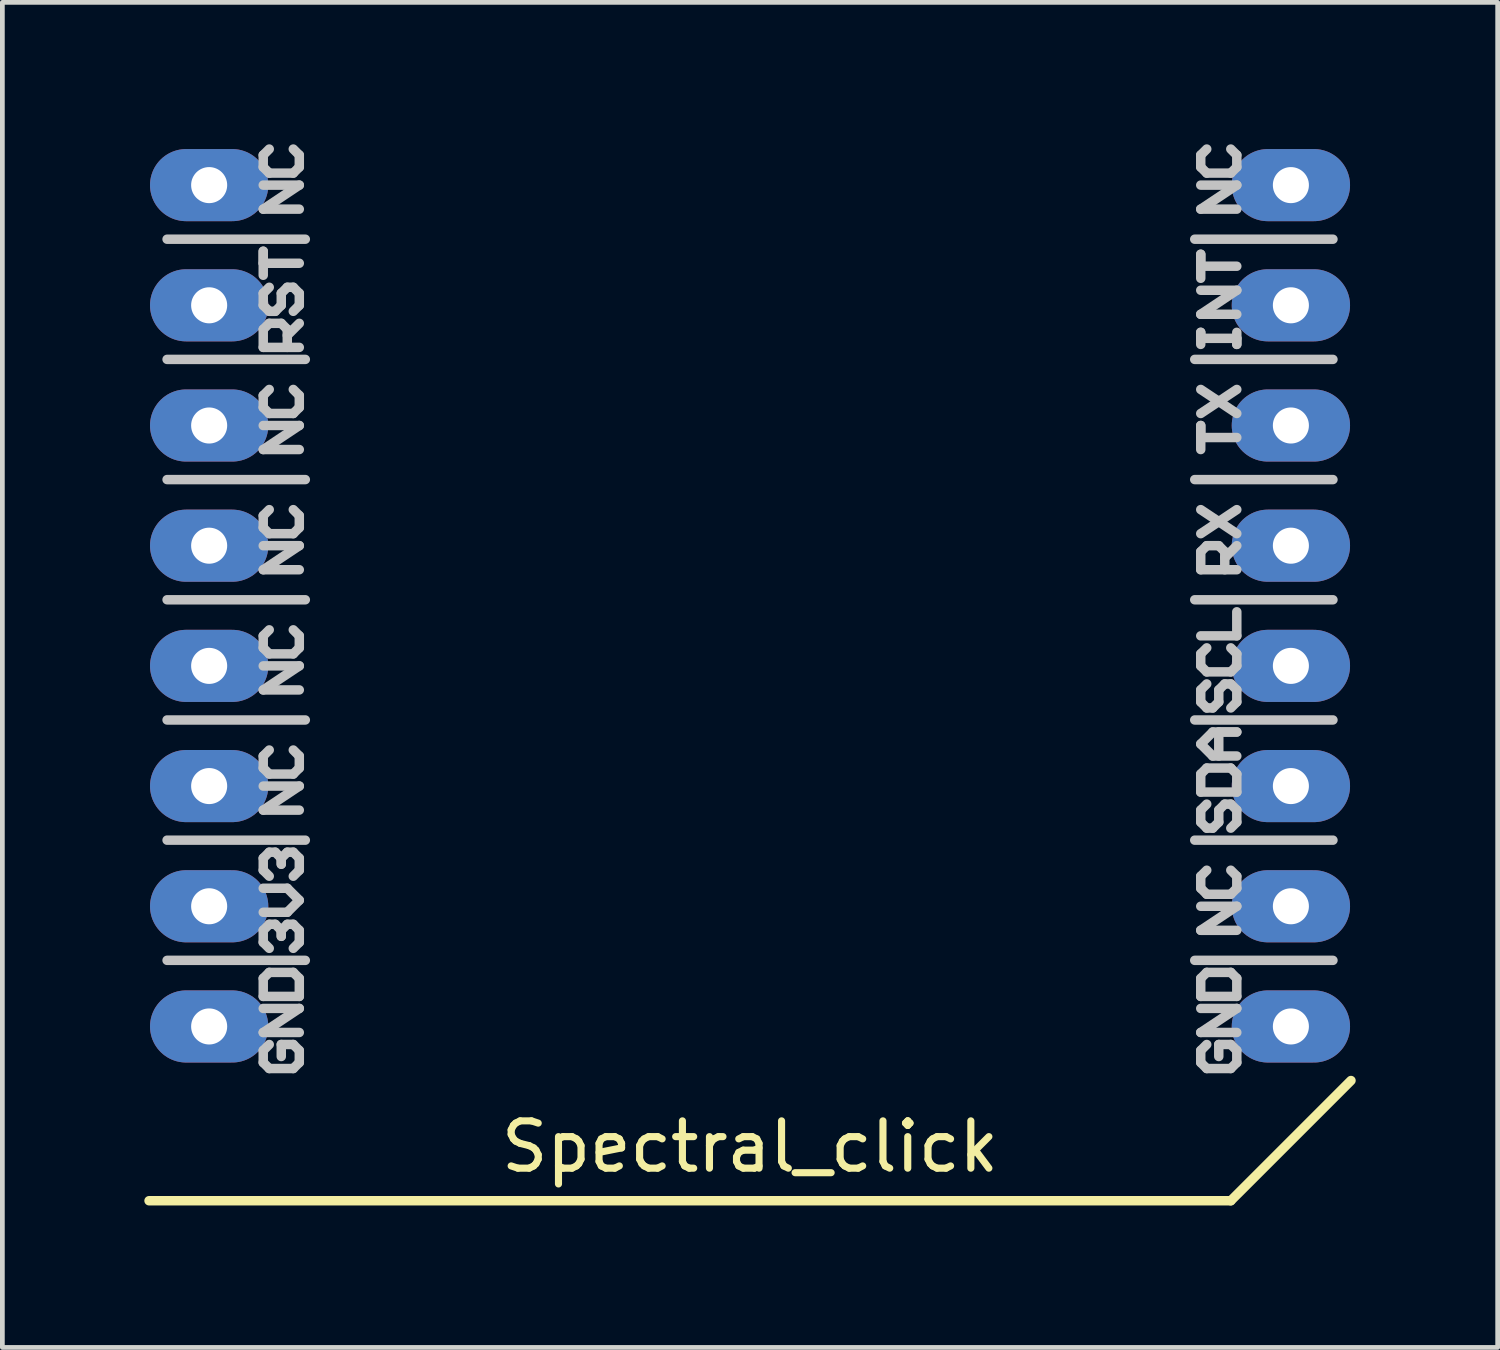
<source format=kicad_pcb>
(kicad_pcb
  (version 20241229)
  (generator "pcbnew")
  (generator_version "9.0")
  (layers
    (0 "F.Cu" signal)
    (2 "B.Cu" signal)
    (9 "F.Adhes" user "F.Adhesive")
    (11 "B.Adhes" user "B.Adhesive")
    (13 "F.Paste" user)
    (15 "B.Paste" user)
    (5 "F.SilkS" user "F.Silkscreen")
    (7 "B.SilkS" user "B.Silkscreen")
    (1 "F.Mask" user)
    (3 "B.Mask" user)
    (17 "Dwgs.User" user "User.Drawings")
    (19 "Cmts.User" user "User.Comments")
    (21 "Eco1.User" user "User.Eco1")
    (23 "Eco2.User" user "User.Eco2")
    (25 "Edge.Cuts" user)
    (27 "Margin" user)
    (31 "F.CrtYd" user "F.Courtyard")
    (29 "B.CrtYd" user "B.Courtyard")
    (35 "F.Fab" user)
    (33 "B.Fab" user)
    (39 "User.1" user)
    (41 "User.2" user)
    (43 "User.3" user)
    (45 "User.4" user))
  (footprint "Spectral_click"
    (layer "F.Cu")
    (at 12.8 9.752)
    (property "Reference" "Spectral_click" (at 0 11.43 0) (layer "F.SilkS") (effects (font (size 1 1) (thickness 0.15))))
    (attr through_hole)
    (fp_line (start -12.7 12.573) (end 10.16 12.573) (stroke (width 0.2) (type solid)) (layer "F.SilkS"))
    (fp_line (start 10.16 12.573) (end 12.7 10.033) (stroke (width 0.2) (type solid)) (layer "F.SilkS"))
    (fp_line (start -12.319 -7.747) (end -9.398 -7.747) (stroke (width 0.2) (type solid)) (layer "Dwgs.User"))
    (fp_line (start -12.319 -5.207) (end -9.398 -5.207) (stroke (width 0.2) (type solid)) (layer "Dwgs.User"))
    (fp_line (start -12.319 -2.667) (end -9.398 -2.667) (stroke (width 0.2) (type solid)) (layer "Dwgs.User"))
    (fp_line (start -12.319 -0.127) (end -9.398 -0.127) (stroke (width 0.2) (type solid)) (layer "Dwgs.User"))
    (fp_line (start -12.319 2.413) (end -9.398 2.413) (stroke (width 0.2) (type solid)) (layer "Dwgs.User"))
    (fp_line (start -12.319 4.953) (end -9.398 4.953) (stroke (width 0.2) (type solid)) (layer "Dwgs.User"))
    (fp_line (start -12.319 7.493) (end -9.398 7.493) (stroke (width 0.2) (type solid)) (layer "Dwgs.User"))
    (fp_line (start -10.287 -9.525) (end -10.287 -9.271) (stroke (width 0.2) (type solid)) (layer "Dwgs.User"))
    (fp_line (start -10.287 -9.271) (end -10.16 -9.144) (stroke (width 0.2) (type solid)) (layer "Dwgs.User"))
    (fp_line (start -10.287 -8.382) (end -9.525 -8.89) (stroke (width 0.2) (type solid)) (layer "Dwgs.User"))
    (fp_line (start -10.287 -7.493) (end -10.287 -7.239) (stroke (width 0.2) (type solid)) (layer "Dwgs.User"))
    (fp_line (start -10.287 -7.239) (end -9.525 -7.239) (stroke (width 0.2) (type solid)) (layer "Dwgs.User"))
    (fp_line (start -10.287 -6.985) (end -10.287 -7.493) (stroke (width 0.2) (type solid)) (layer "Dwgs.User"))
    (fp_line (start -10.287 -6.604) (end -10.287 -6.35) (stroke (width 0.2) (type solid)) (layer "Dwgs.User"))
    (fp_line (start -10.287 -6.35) (end -10.16 -6.223) (stroke (width 0.2) (type solid)) (layer "Dwgs.User"))
    (fp_line (start -10.287 -5.842) (end -10.16 -5.969) (stroke (width 0.2) (type solid)) (layer "Dwgs.User"))
    (fp_line (start -10.287 -5.461) (end -10.287 -5.842) (stroke (width 0.2) (type solid)) (layer "Dwgs.User"))
    (fp_line (start -10.287 -4.445) (end -10.287 -4.191) (stroke (width 0.2) (type solid)) (layer "Dwgs.User"))
    (fp_line (start -10.287 -4.191) (end -10.16 -4.064) (stroke (width 0.2) (type solid)) (layer "Dwgs.User"))
    (fp_line (start -10.287 -3.302) (end -9.525 -3.81) (stroke (width 0.2) (type solid)) (layer "Dwgs.User"))
    (fp_line (start -10.287 -1.905) (end -10.287 -1.651) (stroke (width 0.2) (type solid)) (layer "Dwgs.User"))
    (fp_line (start -10.287 -1.651) (end -10.16 -1.524) (stroke (width 0.2) (type solid)) (layer "Dwgs.User"))
    (fp_line (start -10.287 -0.762) (end -9.525 -1.27) (stroke (width 0.2) (type solid)) (layer "Dwgs.User"))
    (fp_line (start -10.287 0.635) (end -10.287 0.889) (stroke (width 0.2) (type solid)) (layer "Dwgs.User"))
    (fp_line (start -10.287 0.889) (end -10.16 1.016) (stroke (width 0.2) (type solid)) (layer "Dwgs.User"))
    (fp_line (start -10.287 1.778) (end -9.525 1.27) (stroke (width 0.2) (type solid)) (layer "Dwgs.User"))
    (fp_line (start -10.287 3.175) (end -10.287 3.429) (stroke (width 0.2) (type solid)) (layer "Dwgs.User"))
    (fp_line (start -10.287 3.429) (end -10.16 3.556) (stroke (width 0.2) (type solid)) (layer "Dwgs.User"))
    (fp_line (start -10.287 4.318) (end -9.525 3.81) (stroke (width 0.2) (type solid)) (layer "Dwgs.User"))
    (fp_line (start -10.287 5.334) (end -10.16 5.207) (stroke (width 0.2) (type solid)) (layer "Dwgs.User"))
    (fp_line (start -10.287 5.588) (end -10.287 5.334) (stroke (width 0.2) (type solid)) (layer "Dwgs.User"))
    (fp_line (start -10.287 6.477) (end -9.779 6.477) (stroke (width 0.2) (type solid)) (layer "Dwgs.User"))
    (fp_line (start -10.287 6.858) (end -10.16 6.731) (stroke (width 0.2) (type solid)) (layer "Dwgs.User"))
    (fp_line (start -10.287 7.112) (end -10.287 6.858) (stroke (width 0.2) (type solid)) (layer "Dwgs.User"))
    (fp_line (start -10.287 7.874) (end -10.287 8.255) (stroke (width 0.2) (type solid)) (layer "Dwgs.User"))
    (fp_line (start -10.287 8.255) (end -9.525 8.255) (stroke (width 0.2) (type solid)) (layer "Dwgs.User"))
    (fp_line (start -10.287 9.017) (end -9.525 8.509) (stroke (width 0.2) (type solid)) (layer "Dwgs.User"))
    (fp_line (start -10.287 9.398) (end -10.287 9.652) (stroke (width 0.2) (type solid)) (layer "Dwgs.User"))
    (fp_line (start -10.287 9.652) (end -10.16 9.779) (stroke (width 0.2) (type solid)) (layer "Dwgs.User"))
    (fp_line (start -10.16 -9.652) (end -10.287 -9.525) (stroke (width 0.2) (type solid)) (layer "Dwgs.User"))
    (fp_line (start -10.16 -9.144) (end -9.652 -9.144) (stroke (width 0.2) (type solid)) (layer "Dwgs.User"))
    (fp_line (start -10.16 -6.731) (end -10.287 -6.604) (stroke (width 0.2) (type solid)) (layer "Dwgs.User"))
    (fp_line (start -10.16 -6.223) (end -10.033 -6.223) (stroke (width 0.2) (type solid)) (layer "Dwgs.User"))
    (fp_line (start -10.16 -5.969) (end -9.906 -5.969) (stroke (width 0.2) (type solid)) (layer "Dwgs.User"))
    (fp_line (start -10.16 -4.572) (end -10.287 -4.445) (stroke (width 0.2) (type solid)) (layer "Dwgs.User"))
    (fp_line (start -10.16 -4.064) (end -9.652 -4.064) (stroke (width 0.2) (type solid)) (layer "Dwgs.User"))
    (fp_line (start -10.16 -2.032) (end -10.287 -1.905) (stroke (width 0.2) (type solid)) (layer "Dwgs.User"))
    (fp_line (start -10.16 -1.524) (end -9.652 -1.524) (stroke (width 0.2) (type solid)) (layer "Dwgs.User"))
    (fp_line (start -10.16 0.508) (end -10.287 0.635) (stroke (width 0.2) (type solid)) (layer "Dwgs.User"))
    (fp_line (start -10.16 1.016) (end -9.652 1.016) (stroke (width 0.2) (type solid)) (layer "Dwgs.User"))
    (fp_line (start -10.16 3.048) (end -10.287 3.175) (stroke (width 0.2) (type solid)) (layer "Dwgs.User"))
    (fp_line (start -10.16 3.556) (end -9.652 3.556) (stroke (width 0.2) (type solid)) (layer "Dwgs.User"))
    (fp_line (start -10.16 5.207) (end -10.033 5.207) (stroke (width 0.2) (type solid)) (layer "Dwgs.User"))
    (fp_line (start -10.16 5.715) (end -10.287 5.588) (stroke (width 0.2) (type solid)) (layer "Dwgs.User"))
    (fp_line (start -10.16 6.731) (end -10.033 6.731) (stroke (width 0.2) (type solid)) (layer "Dwgs.User"))
    (fp_line (start -10.16 7.239) (end -10.287 7.112) (stroke (width 0.2) (type solid)) (layer "Dwgs.User"))
    (fp_line (start -10.16 7.747) (end -10.287 7.874) (stroke (width 0.2) (type solid)) (layer "Dwgs.User"))
    (fp_line (start -10.16 9.271) (end -10.287 9.398) (stroke (width 0.2) (type solid)) (layer "Dwgs.User"))
    (fp_line (start -10.16 9.779) (end -9.652 9.779) (stroke (width 0.2) (type solid)) (layer "Dwgs.User"))
    (fp_line (start -10.033 -6.223) (end -9.906 -6.35) (stroke (width 0.2) (type solid)) (layer "Dwgs.User"))
    (fp_line (start -10.033 5.207) (end -9.906 5.334) (stroke (width 0.2) (type solid)) (layer "Dwgs.User"))
    (fp_line (start -10.033 6.731) (end -9.906 6.858) (stroke (width 0.2) (type solid)) (layer "Dwgs.User"))
    (fp_line (start -9.906 -6.604) (end -9.779 -6.731) (stroke (width 0.2) (type solid)) (layer "Dwgs.User"))
    (fp_line (start -9.906 -6.35) (end -9.906 -6.604) (stroke (width 0.2) (type solid)) (layer "Dwgs.User"))
    (fp_line (start -9.906 -5.969) (end -9.779 -5.842) (stroke (width 0.2) (type solid)) (layer "Dwgs.User"))
    (fp_line (start -9.906 5.334) (end -9.906 5.461) (stroke (width 0.2) (type solid)) (layer "Dwgs.User"))
    (fp_line (start -9.906 5.334) (end -9.779 5.207) (stroke (width 0.2) (type solid)) (layer "Dwgs.User"))
    (fp_line (start -9.906 5.461) (end -9.906 5.334) (stroke (width 0.2) (type solid)) (layer "Dwgs.User"))
    (fp_line (start -9.906 6.858) (end -9.906 6.985) (stroke (width 0.2) (type solid)) (layer "Dwgs.User"))
    (fp_line (start -9.906 6.858) (end -9.779 6.731) (stroke (width 0.2) (type solid)) (layer "Dwgs.User"))
    (fp_line (start -9.906 6.985) (end -9.906 6.858) (stroke (width 0.2) (type solid)) (layer "Dwgs.User"))
    (fp_line (start -9.906 9.271) (end -9.906 9.525) (stroke (width 0.2) (type solid)) (layer "Dwgs.User"))
    (fp_line (start -9.779 -6.731) (end -9.652 -6.731) (stroke (width 0.2) (type solid)) (layer "Dwgs.User"))
    (fp_line (start -9.779 -5.842) (end -9.779 -5.461) (stroke (width 0.2) (type solid)) (layer "Dwgs.User"))
    (fp_line (start -9.779 -5.715) (end -9.525 -5.969) (stroke (width 0.2) (type solid)) (layer "Dwgs.User"))
    (fp_line (start -9.779 5.207) (end -9.652 5.207) (stroke (width 0.2) (type solid)) (layer "Dwgs.User"))
    (fp_line (start -9.779 5.969) (end -10.287 5.969) (stroke (width 0.2) (type solid)) (layer "Dwgs.User"))
    (fp_line (start -9.779 6.477) (end -9.525 6.223) (stroke (width 0.2) (type solid)) (layer "Dwgs.User"))
    (fp_line (start -9.779 6.731) (end -9.652 6.731) (stroke (width 0.2) (type solid)) (layer "Dwgs.User"))
    (fp_line (start -9.652 -9.144) (end -9.525 -9.271) (stroke (width 0.2) (type solid)) (layer "Dwgs.User"))
    (fp_line (start -9.652 -6.731) (end -9.525 -6.604) (stroke (width 0.2) (type solid)) (layer "Dwgs.User"))
    (fp_line (start -9.652 -4.064) (end -9.525 -4.191) (stroke (width 0.2) (type solid)) (layer "Dwgs.User"))
    (fp_line (start -9.652 -1.524) (end -9.525 -1.651) (stroke (width 0.2) (type solid)) (layer "Dwgs.User"))
    (fp_line (start -9.652 1.016) (end -9.525 0.889) (stroke (width 0.2) (type solid)) (layer "Dwgs.User"))
    (fp_line (start -9.652 3.556) (end -9.525 3.429) (stroke (width 0.2) (type solid)) (layer "Dwgs.User"))
    (fp_line (start -9.652 5.207) (end -9.525 5.334) (stroke (width 0.2) (type solid)) (layer "Dwgs.User"))
    (fp_line (start -9.652 6.731) (end -9.525 6.858) (stroke (width 0.2) (type solid)) (layer "Dwgs.User"))
    (fp_line (start -9.652 7.747) (end -10.16 7.747) (stroke (width 0.2) (type solid)) (layer "Dwgs.User"))
    (fp_line (start -9.652 9.271) (end -9.906 9.271) (stroke (width 0.2) (type solid)) (layer "Dwgs.User"))
    (fp_line (start -9.652 9.779) (end -9.525 9.652) (stroke (width 0.2) (type solid)) (layer "Dwgs.User"))
    (fp_line (start -9.525 -9.525) (end -9.652 -9.652) (stroke (width 0.2) (type solid)) (layer "Dwgs.User"))
    (fp_line (start -9.525 -9.271) (end -9.525 -9.525) (stroke (width 0.2) (type solid)) (layer "Dwgs.User"))
    (fp_line (start -9.525 -8.89) (end -10.287 -8.89) (stroke (width 0.2) (type solid)) (layer "Dwgs.User"))
    (fp_line (start -9.525 -8.382) (end -10.287 -8.382) (stroke (width 0.2) (type solid)) (layer "Dwgs.User"))
    (fp_line (start -9.525 -6.604) (end -9.525 -6.35) (stroke (width 0.2) (type solid)) (layer "Dwgs.User"))
    (fp_line (start -9.525 -6.35) (end -9.652 -6.223) (stroke (width 0.2) (type solid)) (layer "Dwgs.User"))
    (fp_line (start -9.525 -5.461) (end -10.287 -5.461) (stroke (width 0.2) (type solid)) (layer "Dwgs.User"))
    (fp_line (start -9.525 -4.445) (end -9.652 -4.572) (stroke (width 0.2) (type solid)) (layer "Dwgs.User"))
    (fp_line (start -9.525 -4.191) (end -9.525 -4.445) (stroke (width 0.2) (type solid)) (layer "Dwgs.User"))
    (fp_line (start -9.525 -3.81) (end -10.287 -3.81) (stroke (width 0.2) (type solid)) (layer "Dwgs.User"))
    (fp_line (start -9.525 -3.302) (end -10.287 -3.302) (stroke (width 0.2) (type solid)) (layer "Dwgs.User"))
    (fp_line (start -9.525 -1.905) (end -9.652 -2.032) (stroke (width 0.2) (type solid)) (layer "Dwgs.User"))
    (fp_line (start -9.525 -1.651) (end -9.525 -1.905) (stroke (width 0.2) (type solid)) (layer "Dwgs.User"))
    (fp_line (start -9.525 -1.27) (end -10.287 -1.27) (stroke (width 0.2) (type solid)) (layer "Dwgs.User"))
    (fp_line (start -9.525 -0.762) (end -10.287 -0.762) (stroke (width 0.2) (type solid)) (layer "Dwgs.User"))
    (fp_line (start -9.525 0.635) (end -9.652 0.508) (stroke (width 0.2) (type solid)) (layer "Dwgs.User"))
    (fp_line (start -9.525 0.889) (end -9.525 0.635) (stroke (width 0.2) (type solid)) (layer "Dwgs.User"))
    (fp_line (start -9.525 1.27) (end -10.287 1.27) (stroke (width 0.2) (type solid)) (layer "Dwgs.User"))
    (fp_line (start -9.525 1.778) (end -10.287 1.778) (stroke (width 0.2) (type solid)) (layer "Dwgs.User"))
    (fp_line (start -9.525 3.175) (end -9.652 3.048) (stroke (width 0.2) (type solid)) (layer "Dwgs.User"))
    (fp_line (start -9.525 3.429) (end -9.525 3.175) (stroke (width 0.2) (type solid)) (layer "Dwgs.User"))
    (fp_line (start -9.525 3.81) (end -10.287 3.81) (stroke (width 0.2) (type solid)) (layer "Dwgs.User"))
    (fp_line (start -9.525 4.318) (end -10.287 4.318) (stroke (width 0.2) (type solid)) (layer "Dwgs.User"))
    (fp_line (start -9.525 5.334) (end -9.525 5.588) (stroke (width 0.2) (type solid)) (layer "Dwgs.User"))
    (fp_line (start -9.525 5.588) (end -9.652 5.715) (stroke (width 0.2) (type solid)) (layer "Dwgs.User"))
    (fp_line (start -9.525 6.223) (end -9.779 5.969) (stroke (width 0.2) (type solid)) (layer "Dwgs.User"))
    (fp_line (start -9.525 6.858) (end -9.525 7.112) (stroke (width 0.2) (type solid)) (layer "Dwgs.User"))
    (fp_line (start -9.525 7.112) (end -9.652 7.239) (stroke (width 0.2) (type solid)) (layer "Dwgs.User"))
    (fp_line (start -9.525 7.874) (end -9.652 7.747) (stroke (width 0.2) (type solid)) (layer "Dwgs.User"))
    (fp_line (start -9.525 8.255) (end -9.525 7.874) (stroke (width 0.2) (type solid)) (layer "Dwgs.User"))
    (fp_line (start -9.525 8.509) (end -10.287 8.509) (stroke (width 0.2) (type solid)) (layer "Dwgs.User"))
    (fp_line (start -9.525 9.017) (end -10.287 9.017) (stroke (width 0.2) (type solid)) (layer "Dwgs.User"))
    (fp_line (start -9.525 9.398) (end -9.652 9.271) (stroke (width 0.2) (type solid)) (layer "Dwgs.User"))
    (fp_line (start -9.525 9.652) (end -9.525 9.398) (stroke (width 0.2) (type solid)) (layer "Dwgs.User"))
    (fp_line (start 9.398 -7.747) (end 12.319 -7.747) (stroke (width 0.2) (type solid)) (layer "Dwgs.User"))
    (fp_line (start 9.398 -5.207) (end 12.319 -5.207) (stroke (width 0.2) (type solid)) (layer "Dwgs.User"))
    (fp_line (start 9.398 -2.667) (end 12.319 -2.667) (stroke (width 0.2) (type solid)) (layer "Dwgs.User"))
    (fp_line (start 9.398 -0.127) (end 12.319 -0.127) (stroke (width 0.2) (type solid)) (layer "Dwgs.User"))
    (fp_line (start 9.398 2.413) (end 12.319 2.413) (stroke (width 0.2) (type solid)) (layer "Dwgs.User"))
    (fp_line (start 9.398 4.953) (end 12.319 4.953) (stroke (width 0.2) (type solid)) (layer "Dwgs.User"))
    (fp_line (start 9.398 7.493) (end 12.319 7.493) (stroke (width 0.2) (type solid)) (layer "Dwgs.User"))
    (fp_line (start 9.525 -9.525) (end 9.525 -9.271) (stroke (width 0.2) (type solid)) (layer "Dwgs.User"))
    (fp_line (start 9.525 -9.271) (end 9.652 -9.144) (stroke (width 0.2) (type solid)) (layer "Dwgs.User"))
    (fp_line (start 9.525 -8.382) (end 10.287 -8.89) (stroke (width 0.2) (type solid)) (layer "Dwgs.User"))
    (fp_line (start 9.525 -7.429) (end 9.525 -7.176) (stroke (width 0.2) (type solid)) (layer "Dwgs.User"))
    (fp_line (start 9.525 -7.176) (end 10.287 -7.176) (stroke (width 0.2) (type solid)) (layer "Dwgs.User"))
    (fp_line (start 9.525 -6.921) (end 9.525 -7.429) (stroke (width 0.2) (type solid)) (layer "Dwgs.User"))
    (fp_line (start 9.525 -6.16) (end 10.287 -6.668) (stroke (width 0.2) (type solid)) (layer "Dwgs.User"))
    (fp_line (start 9.525 -5.779) (end 9.525 -5.652) (stroke (width 0.2) (type solid)) (layer "Dwgs.User"))
    (fp_line (start 9.525 -5.652) (end 10.287 -5.652) (stroke (width 0.2) (type solid)) (layer "Dwgs.User"))
    (fp_line (start 9.525 -5.524) (end 9.525 -5.779) (stroke (width 0.2) (type solid)) (layer "Dwgs.User"))
    (fp_line (start 9.525 -4.572) (end 10.287 -4.064) (stroke (width 0.2) (type solid)) (layer "Dwgs.User"))
    (fp_line (start 9.525 -4.064) (end 10.287 -4.572) (stroke (width 0.2) (type solid)) (layer "Dwgs.User"))
    (fp_line (start 9.525 -3.81) (end 9.525 -3.556) (stroke (width 0.2) (type solid)) (layer "Dwgs.User"))
    (fp_line (start 9.525 -3.556) (end 10.287 -3.556) (stroke (width 0.2) (type solid)) (layer "Dwgs.User"))
    (fp_line (start 9.525 -3.302) (end 9.525 -3.81) (stroke (width 0.2) (type solid)) (layer "Dwgs.User"))
    (fp_line (start 9.525 -2.032) (end 10.287 -1.524) (stroke (width 0.2) (type solid)) (layer "Dwgs.User"))
    (fp_line (start 9.525 -1.524) (end 10.287 -2.032) (stroke (width 0.2) (type solid)) (layer "Dwgs.User"))
    (fp_line (start 9.525 -1.143) (end 9.652 -1.27) (stroke (width 0.2) (type solid)) (layer "Dwgs.User"))
    (fp_line (start 9.525 -0.762) (end 9.525 -1.143) (stroke (width 0.2) (type solid)) (layer "Dwgs.User"))
    (fp_line (start 9.525 0.635) (end 10.287 0.635) (stroke (width 0.2) (type solid)) (layer "Dwgs.User"))
    (fp_line (start 9.525 1.016) (end 9.525 1.27) (stroke (width 0.2) (type solid)) (layer "Dwgs.User"))
    (fp_line (start 9.525 1.27) (end 9.652 1.397) (stroke (width 0.2) (type solid)) (layer "Dwgs.User"))
    (fp_line (start 9.525 1.778) (end 9.525 2.032) (stroke (width 0.2) (type solid)) (layer "Dwgs.User"))
    (fp_line (start 9.525 2.032) (end 9.652 2.159) (stroke (width 0.2) (type solid)) (layer "Dwgs.User"))
    (fp_line (start 9.525 2.921) (end 9.779 2.667) (stroke (width 0.2) (type solid)) (layer "Dwgs.User"))
    (fp_line (start 9.525 3.556) (end 9.525 3.937) (stroke (width 0.2) (type solid)) (layer "Dwgs.User"))
    (fp_line (start 9.525 3.937) (end 10.287 3.937) (stroke (width 0.2) (type solid)) (layer "Dwgs.User"))
    (fp_line (start 9.525 4.318) (end 9.525 4.572) (stroke (width 0.2) (type solid)) (layer "Dwgs.User"))
    (fp_line (start 9.525 4.572) (end 9.652 4.699) (stroke (width 0.2) (type solid)) (layer "Dwgs.User"))
    (fp_line (start 9.525 5.715) (end 9.525 5.969) (stroke (width 0.2) (type solid)) (layer "Dwgs.User"))
    (fp_line (start 9.525 5.969) (end 9.652 6.096) (stroke (width 0.2) (type solid)) (layer "Dwgs.User"))
    (fp_line (start 9.525 6.858) (end 10.287 6.35) (stroke (width 0.2) (type solid)) (layer "Dwgs.User"))
    (fp_line (start 9.525 7.874) (end 9.525 8.255) (stroke (width 0.2) (type solid)) (layer "Dwgs.User"))
    (fp_line (start 9.525 8.255) (end 10.287 8.255) (stroke (width 0.2) (type solid)) (layer "Dwgs.User"))
    (fp_line (start 9.525 9.017) (end 10.287 8.509) (stroke (width 0.2) (type solid)) (layer "Dwgs.User"))
    (fp_line (start 9.525 9.398) (end 9.525 9.652) (stroke (width 0.2) (type solid)) (layer "Dwgs.User"))
    (fp_line (start 9.525 9.652) (end 9.652 9.779) (stroke (width 0.2) (type solid)) (layer "Dwgs.User"))
    (fp_line (start 9.652 -9.652) (end 9.525 -9.525) (stroke (width 0.2) (type solid)) (layer "Dwgs.User"))
    (fp_line (start 9.652 -9.144) (end 10.16 -9.144) (stroke (width 0.2) (type solid)) (layer "Dwgs.User"))
    (fp_line (start 9.652 -1.27) (end 9.906 -1.27) (stroke (width 0.2) (type solid)) (layer "Dwgs.User"))
    (fp_line (start 9.652 0.889) (end 9.525 1.016) (stroke (width 0.2) (type solid)) (layer "Dwgs.User"))
    (fp_line (start 9.652 1.397) (end 10.16 1.397) (stroke (width 0.2) (type solid)) (layer "Dwgs.User"))
    (fp_line (start 9.652 1.651) (end 9.525 1.778) (stroke (width 0.2) (type solid)) (layer "Dwgs.User"))
    (fp_line (start 9.652 2.159) (end 9.779 2.159) (stroke (width 0.2) (type solid)) (layer "Dwgs.User"))
    (fp_line (start 9.652 3.429) (end 9.525 3.556) (stroke (width 0.2) (type solid)) (layer "Dwgs.User"))
    (fp_line (start 9.652 4.191) (end 9.525 4.318) (stroke (width 0.2) (type solid)) (layer "Dwgs.User"))
    (fp_line (start 9.652 4.699) (end 9.779 4.699) (stroke (width 0.2) (type solid)) (layer "Dwgs.User"))
    (fp_line (start 9.652 5.588) (end 9.525 5.715) (stroke (width 0.2) (type solid)) (layer "Dwgs.User"))
    (fp_line (start 9.652 6.096) (end 10.16 6.096) (stroke (width 0.2) (type solid)) (layer "Dwgs.User"))
    (fp_line (start 9.652 7.747) (end 9.525 7.874) (stroke (width 0.2) (type solid)) (layer "Dwgs.User"))
    (fp_line (start 9.652 9.271) (end 9.525 9.398) (stroke (width 0.2) (type solid)) (layer "Dwgs.User"))
    (fp_line (start 9.652 9.779) (end 10.16 9.779) (stroke (width 0.2) (type solid)) (layer "Dwgs.User"))
    (fp_line (start 9.779 2.159) (end 9.906 2.032) (stroke (width 0.2) (type solid)) (layer "Dwgs.User"))
    (fp_line (start 9.779 2.667) (end 10.287 2.667) (stroke (width 0.2) (type solid)) (layer "Dwgs.User"))
    (fp_line (start 9.779 3.175) (end 9.525 2.921) (stroke (width 0.2) (type solid)) (layer "Dwgs.User"))
    (fp_line (start 9.779 4.699) (end 9.906 4.572) (stroke (width 0.2) (type solid)) (layer "Dwgs.User"))
    (fp_line (start 9.906 -1.27) (end 10.033 -1.143) (stroke (width 0.2) (type solid)) (layer "Dwgs.User"))
    (fp_line (start 9.906 1.778) (end 10.033 1.651) (stroke (width 0.2) (type solid)) (layer "Dwgs.User"))
    (fp_line (start 9.906 2.032) (end 9.906 1.778) (stroke (width 0.2) (type solid)) (layer "Dwgs.User"))
    (fp_line (start 9.906 2.667) (end 9.906 3.175) (stroke (width 0.2) (type solid)) (layer "Dwgs.User"))
    (fp_line (start 9.906 4.318) (end 10.033 4.191) (stroke (width 0.2) (type solid)) (layer "Dwgs.User"))
    (fp_line (start 9.906 4.572) (end 9.906 4.318) (stroke (width 0.2) (type solid)) (layer "Dwgs.User"))
    (fp_line (start 9.906 9.271) (end 9.906 9.525) (stroke (width 0.2) (type solid)) (layer "Dwgs.User"))
    (fp_line (start 10.033 -1.143) (end 10.033 -0.762) (stroke (width 0.2) (type solid)) (layer "Dwgs.User"))
    (fp_line (start 10.033 -1.016) (end 10.287 -1.27) (stroke (width 0.2) (type solid)) (layer "Dwgs.User"))
    (fp_line (start 10.033 1.651) (end 10.16 1.651) (stroke (width 0.2) (type solid)) (layer "Dwgs.User"))
    (fp_line (start 10.033 4.191) (end 10.16 4.191) (stroke (width 0.2) (type solid)) (layer "Dwgs.User"))
    (fp_line (start 10.16 -9.144) (end 10.287 -9.271) (stroke (width 0.2) (type solid)) (layer "Dwgs.User"))
    (fp_line (start 10.16 1.397) (end 10.287 1.27) (stroke (width 0.2) (type solid)) (layer "Dwgs.User"))
    (fp_line (start 10.16 1.651) (end 10.287 1.778) (stroke (width 0.2) (type solid)) (layer "Dwgs.User"))
    (fp_line (start 10.16 3.429) (end 9.652 3.429) (stroke (width 0.2) (type solid)) (layer "Dwgs.User"))
    (fp_line (start 10.16 4.191) (end 10.287 4.318) (stroke (width 0.2) (type solid)) (layer "Dwgs.User"))
    (fp_line (start 10.16 6.096) (end 10.287 5.969) (stroke (width 0.2) (type solid)) (layer "Dwgs.User"))
    (fp_line (start 10.16 7.747) (end 9.652 7.747) (stroke (width 0.2) (type solid)) (layer "Dwgs.User"))
    (fp_line (start 10.16 9.271) (end 9.906 9.271) (stroke (width 0.2) (type solid)) (layer "Dwgs.User"))
    (fp_line (start 10.16 9.779) (end 10.287 9.652) (stroke (width 0.2) (type solid)) (layer "Dwgs.User"))
    (fp_line (start 10.287 -9.525) (end 10.16 -9.652) (stroke (width 0.2) (type solid)) (layer "Dwgs.User"))
    (fp_line (start 10.287 -9.271) (end 10.287 -9.525) (stroke (width 0.2) (type solid)) (layer "Dwgs.User"))
    (fp_line (start 10.287 -8.89) (end 9.525 -8.89) (stroke (width 0.2) (type solid)) (layer "Dwgs.User"))
    (fp_line (start 10.287 -8.382) (end 9.525 -8.382) (stroke (width 0.2) (type solid)) (layer "Dwgs.User"))
    (fp_line (start 10.287 -6.668) (end 9.525 -6.668) (stroke (width 0.2) (type solid)) (layer "Dwgs.User"))
    (fp_line (start 10.287 -6.16) (end 9.525 -6.16) (stroke (width 0.2) (type solid)) (layer "Dwgs.User"))
    (fp_line (start 10.287 -5.652) (end 10.287 -5.524) (stroke (width 0.2) (type solid)) (layer "Dwgs.User"))
    (fp_line (start 10.287 -5.524) (end 10.287 -5.779) (stroke (width 0.2) (type solid)) (layer "Dwgs.User"))
    (fp_line (start 10.287 -0.762) (end 9.525 -0.762) (stroke (width 0.2) (type solid)) (layer "Dwgs.User"))
    (fp_line (start 10.287 0.635) (end 10.287 0.127) (stroke (width 0.2) (type solid)) (layer "Dwgs.User"))
    (fp_line (start 10.287 1.016) (end 10.16 0.889) (stroke (width 0.2) (type solid)) (layer "Dwgs.User"))
    (fp_line (start 10.287 1.27) (end 10.287 1.016) (stroke (width 0.2) (type solid)) (layer "Dwgs.User"))
    (fp_line (start 10.287 1.778) (end 10.287 2.032) (stroke (width 0.2) (type solid)) (layer "Dwgs.User"))
    (fp_line (start 10.287 2.032) (end 10.16 2.159) (stroke (width 0.2) (type solid)) (layer "Dwgs.User"))
    (fp_line (start 10.287 2.667) (end 9.906 2.667) (stroke (width 0.2) (type solid)) (layer "Dwgs.User"))
    (fp_line (start 10.287 3.175) (end 9.779 3.175) (stroke (width 0.2) (type solid)) (layer "Dwgs.User"))
    (fp_line (start 10.287 3.556) (end 10.16 3.429) (stroke (width 0.2) (type solid)) (layer "Dwgs.User"))
    (fp_line (start 10.287 3.937) (end 10.287 3.556) (stroke (width 0.2) (type solid)) (layer "Dwgs.User"))
    (fp_line (start 10.287 4.318) (end 10.287 4.572) (stroke (width 0.2) (type solid)) (layer "Dwgs.User"))
    (fp_line (start 10.287 4.572) (end 10.16 4.699) (stroke (width 0.2) (type solid)) (layer "Dwgs.User"))
    (fp_line (start 10.287 5.715) (end 10.16 5.588) (stroke (width 0.2) (type solid)) (layer "Dwgs.User"))
    (fp_line (start 10.287 5.969) (end 10.287 5.715) (stroke (width 0.2) (type solid)) (layer "Dwgs.User"))
    (fp_line (start 10.287 6.35) (end 9.525 6.35) (stroke (width 0.2) (type solid)) (layer "Dwgs.User"))
    (fp_line (start 10.287 6.858) (end 9.525 6.858) (stroke (width 0.2) (type solid)) (layer "Dwgs.User"))
    (fp_line (start 10.287 7.874) (end 10.16 7.747) (stroke (width 0.2) (type solid)) (layer "Dwgs.User"))
    (fp_line (start 10.287 8.255) (end 10.287 7.874) (stroke (width 0.2) (type solid)) (layer "Dwgs.User"))
    (fp_line (start 10.287 8.509) (end 9.525 8.509) (stroke (width 0.2) (type solid)) (layer "Dwgs.User"))
    (fp_line (start 10.287 9.017) (end 9.525 9.017) (stroke (width 0.2) (type solid)) (layer "Dwgs.User"))
    (fp_line (start 10.287 9.398) (end 10.16 9.271) (stroke (width 0.2) (type solid)) (layer "Dwgs.User"))
    (fp_line (start 10.287 9.652) (end 10.287 9.398) (stroke (width 0.2) (type solid)) (layer "Dwgs.User"))
    (pad "1" thru_hole oval (at -11.43 -8.89) (size 2.5 1.524) (drill 0.762) (layers "*.Cu" "*.Mask"))
    (pad "2" thru_hole oval (at -11.43 -6.35) (size 2.5 1.524) (drill 0.762) (layers "*.Cu" "*.Mask"))
    (pad "3" thru_hole oval (at -11.43 -3.81) (size 2.5 1.524) (drill 0.762) (layers "*.Cu" "*.Mask"))
    (pad "4" thru_hole oval (at -11.43 -1.27) (size 2.5 1.524) (drill 0.762) (layers "*.Cu" "*.Mask"))
    (pad "5" thru_hole oval (at -11.43 1.27) (size 2.5 1.524) (drill 0.762) (layers "*.Cu" "*.Mask"))
    (pad "6" thru_hole oval (at -11.43 3.81) (size 2.5 1.524) (drill 0.762) (layers "*.Cu" "*.Mask"))
    (pad "7" thru_hole oval (at -11.43 6.35) (size 2.5 1.524) (drill 0.762) (layers "*.Cu" "*.Mask"))
    (pad "8" thru_hole oval (at -11.43 8.89) (size 2.5 1.524) (drill 0.762) (layers "*.Cu" "*.Mask"))
    (pad "9" thru_hole oval (at 11.43 8.89) (size 2.5 1.524) (drill 0.762) (layers "*.Cu" "*.Mask"))
    (pad "10" thru_hole oval (at 11.43 6.35) (size 2.5 1.524) (drill 0.762) (layers "*.Cu" "*.Mask"))
    (pad "11" thru_hole oval (at 11.43 3.81) (size 2.5 1.524) (drill 0.762) (layers "*.Cu" "*.Mask"))
    (pad "12" thru_hole oval (at 11.43 1.27) (size 2.5 1.524) (drill 0.762) (layers "*.Cu" "*.Mask"))
    (pad "13" thru_hole oval (at 11.43 -1.27) (size 2.5 1.524) (drill 0.762) (layers "*.Cu" "*.Mask"))
    (pad "14" thru_hole oval (at 11.43 -3.81) (size 2.5 1.524) (drill 0.762) (layers "*.Cu" "*.Mask"))
    (pad "15" thru_hole oval (at 11.43 -6.35) (size 2.5 1.524) (drill 0.762) (layers "*.Cu" "*.Mask"))
    (pad "16" thru_hole oval (at 11.43 -8.89) (size 2.5 1.524) (drill 0.762) (layers "*.Cu" "*.Mask")))
  (gr_rect
    (start -3 -3)
    (end 28.6 25.425)
    (stroke (width 0.1) (type default))
    (fill no)
    (layer "Edge.Cuts")))
</source>
